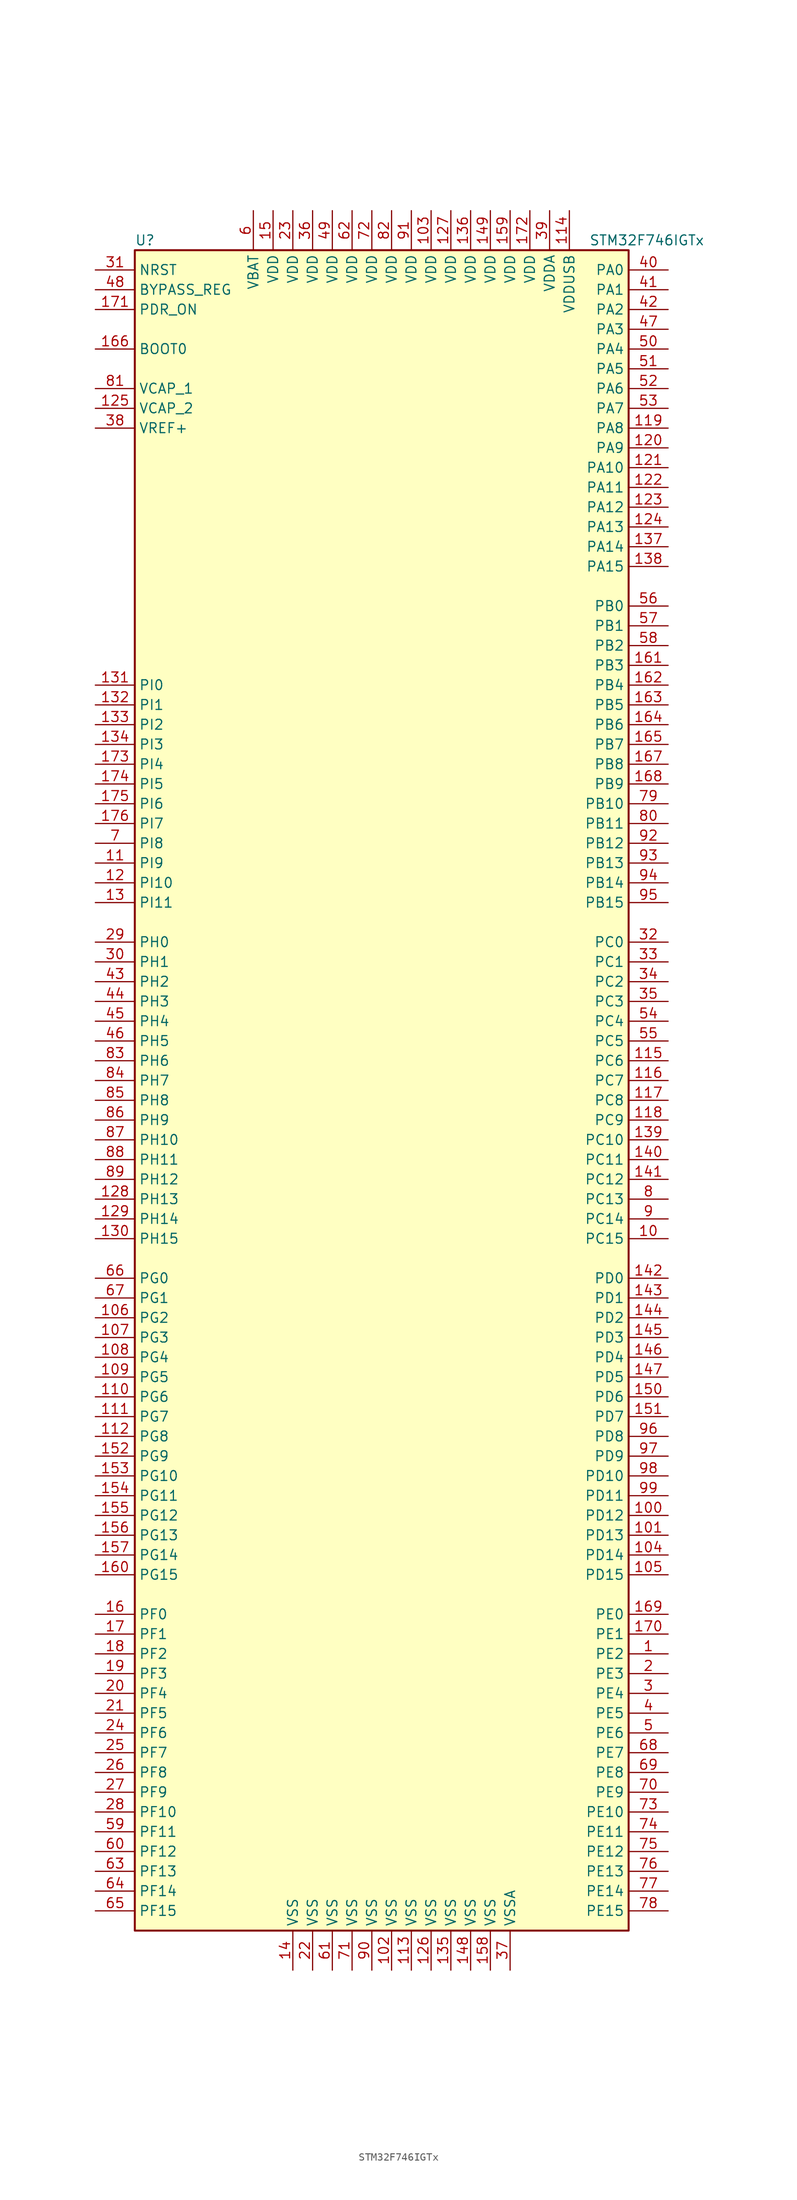
<source format=kicad_sym>
(kicad_symbol_lib
  (version 20220914)
  (generator kicad_symbol_editor)
  (symbol "STM32F746IGTx"
    (property "Reference" "U"
      (at -33.02 107.95 0)
      (effects (font (size 1.27 1.27)) (justify left)))
    (property "Value" "STM32F746IGTx"
      (at 25.4 107.95 0)
      (effects (font (size 1.27 1.27)) (justify left)))
    (symbol "STM32F746IGTx_0_1"
      (rectangle (start -33.02 -109.22) (end 30.48 106.68) (stroke (width 0.254) (type default)) (fill (type background))))
    (symbol "STM32F746IGTx_1_1"
      (pin bidirectional line (at 35.56 -73.66 180) (length 5.08) (name "PE2" (effects (font (size 1.27 1.27)))) (number "1" (effects (font (size 1.27 1.27)))))
      (pin bidirectional line (at 35.56 -20.32 180) (length 5.08) (name "PC15" (effects (font (size 1.27 1.27)))) (number "10" (effects (font (size 1.27 1.27)))))
      (pin bidirectional line (at 35.56 -55.88 180) (length 5.08) (name "PD12" (effects (font (size 1.27 1.27)))) (number "100" (effects (font (size 1.27 1.27)))))
      (pin bidirectional line (at 35.56 -58.42 180) (length 5.08) (name "PD13" (effects (font (size 1.27 1.27)))) (number "101" (effects (font (size 1.27 1.27)))))
      (pin power_in line (at 0 -114.3 90) (length 5.08) (name "VSS" (effects (font (size 1.27 1.27)))) (number "102" (effects (font (size 1.27 1.27)))))
      (pin power_in line (at 5.08 111.76 270) (length 5.08) (name "VDD" (effects (font (size 1.27 1.27)))) (number "103" (effects (font (size 1.27 1.27)))))
      (pin bidirectional line (at 35.56 -60.96 180) (length 5.08) (name "PD14" (effects (font (size 1.27 1.27)))) (number "104" (effects (font (size 1.27 1.27)))))
      (pin bidirectional line (at 35.56 -63.5 180) (length 5.08) (name "PD15" (effects (font (size 1.27 1.27)))) (number "105" (effects (font (size 1.27 1.27)))))
      (pin bidirectional line (at -38.1 -30.48 0) (length 5.08) (name "PG2" (effects (font (size 1.27 1.27)))) (number "106" (effects (font (size 1.27 1.27)))))
      (pin bidirectional line (at -38.1 -33.02 0) (length 5.08) (name "PG3" (effects (font (size 1.27 1.27)))) (number "107" (effects (font (size 1.27 1.27)))))
      (pin bidirectional line (at -38.1 -35.56 0) (length 5.08) (name "PG4" (effects (font (size 1.27 1.27)))) (number "108" (effects (font (size 1.27 1.27)))))
      (pin bidirectional line (at -38.1 -38.1 0) (length 5.08) (name "PG5" (effects (font (size 1.27 1.27)))) (number "109" (effects (font (size 1.27 1.27)))))
      (pin bidirectional line (at -38.1 27.94 0) (length 5.08) (name "PI9" (effects (font (size 1.27 1.27)))) (number "11" (effects (font (size 1.27 1.27)))))
      (pin bidirectional line (at -38.1 -40.64 0) (length 5.08) (name "PG6" (effects (font (size 1.27 1.27)))) (number "110" (effects (font (size 1.27 1.27)))))
      (pin bidirectional line (at -38.1 -43.18 0) (length 5.08) (name "PG7" (effects (font (size 1.27 1.27)))) (number "111" (effects (font (size 1.27 1.27)))))
      (pin bidirectional line (at -38.1 -45.72 0) (length 5.08) (name "PG8" (effects (font (size 1.27 1.27)))) (number "112" (effects (font (size 1.27 1.27)))))
      (pin power_in line (at 2.54 -114.3 90) (length 5.08) (name "VSS" (effects (font (size 1.27 1.27)))) (number "113" (effects (font (size 1.27 1.27)))))
      (pin power_in line (at 22.86 111.76 270) (length 5.08) (name "VDDUSB" (effects (font (size 1.27 1.27)))) (number "114" (effects (font (size 1.27 1.27)))))
      (pin bidirectional line (at 35.56 2.54 180) (length 5.08) (name "PC6" (effects (font (size 1.27 1.27)))) (number "115" (effects (font (size 1.27 1.27)))))
      (pin bidirectional line (at 35.56 0 180) (length 5.08) (name "PC7" (effects (font (size 1.27 1.27)))) (number "116" (effects (font (size 1.27 1.27)))))
      (pin bidirectional line (at 35.56 -2.54 180) (length 5.08) (name "PC8" (effects (font (size 1.27 1.27)))) (number "117" (effects (font (size 1.27 1.27)))))
      (pin bidirectional line (at 35.56 -5.08 180) (length 5.08) (name "PC9" (effects (font (size 1.27 1.27)))) (number "118" (effects (font (size 1.27 1.27)))))
      (pin bidirectional line (at 35.56 83.82 180) (length 5.08) (name "PA8" (effects (font (size 1.27 1.27)))) (number "119" (effects (font (size 1.27 1.27)))))
      (pin bidirectional line (at -38.1 25.4 0) (length 5.08) (name "PI10" (effects (font (size 1.27 1.27)))) (number "12" (effects (font (size 1.27 1.27)))))
      (pin bidirectional line (at 35.56 81.28 180) (length 5.08) (name "PA9" (effects (font (size 1.27 1.27)))) (number "120" (effects (font (size 1.27 1.27)))))
      (pin bidirectional line (at 35.56 78.74 180) (length 5.08) (name "PA10" (effects (font (size 1.27 1.27)))) (number "121" (effects (font (size 1.27 1.27)))))
      (pin bidirectional line (at 35.56 76.2 180) (length 5.08) (name "PA11" (effects (font (size 1.27 1.27)))) (number "122" (effects (font (size 1.27 1.27)))))
      (pin bidirectional line (at 35.56 73.66 180) (length 5.08) (name "PA12" (effects (font (size 1.27 1.27)))) (number "123" (effects (font (size 1.27 1.27)))))
      (pin bidirectional line (at 35.56 71.12 180) (length 5.08) (name "PA13" (effects (font (size 1.27 1.27)))) (number "124" (effects (font (size 1.27 1.27)))))
      (pin power_in line (at -38.1 86.36 0) (length 5.08) (name "VCAP_2" (effects (font (size 1.27 1.27)))) (number "125" (effects (font (size 1.27 1.27)))))
      (pin power_in line (at 5.08 -114.3 90) (length 5.08) (name "VSS" (effects (font (size 1.27 1.27)))) (number "126" (effects (font (size 1.27 1.27)))))
      (pin power_in line (at 7.62 111.76 270) (length 5.08) (name "VDD" (effects (font (size 1.27 1.27)))) (number "127" (effects (font (size 1.27 1.27)))))
      (pin bidirectional line (at -38.1 -15.24 0) (length 5.08) (name "PH13" (effects (font (size 1.27 1.27)))) (number "128" (effects (font (size 1.27 1.27)))))
      (pin bidirectional line (at -38.1 -17.78 0) (length 5.08) (name "PH14" (effects (font (size 1.27 1.27)))) (number "129" (effects (font (size 1.27 1.27)))))
      (pin bidirectional line (at -38.1 22.86 0) (length 5.08) (name "PI11" (effects (font (size 1.27 1.27)))) (number "13" (effects (font (size 1.27 1.27)))))
      (pin bidirectional line (at -38.1 -20.32 0) (length 5.08) (name "PH15" (effects (font (size 1.27 1.27)))) (number "130" (effects (font (size 1.27 1.27)))))
      (pin bidirectional line (at -38.1 50.8 0) (length 5.08) (name "PI0" (effects (font (size 1.27 1.27)))) (number "131" (effects (font (size 1.27 1.27)))))
      (pin bidirectional line (at -38.1 48.26 0) (length 5.08) (name "PI1" (effects (font (size 1.27 1.27)))) (number "132" (effects (font (size 1.27 1.27)))))
      (pin bidirectional line (at -38.1 45.72 0) (length 5.08) (name "PI2" (effects (font (size 1.27 1.27)))) (number "133" (effects (font (size 1.27 1.27)))))
      (pin bidirectional line (at -38.1 43.18 0) (length 5.08) (name "PI3" (effects (font (size 1.27 1.27)))) (number "134" (effects (font (size 1.27 1.27)))))
      (pin power_in line (at 7.62 -114.3 90) (length 5.08) (name "VSS" (effects (font (size 1.27 1.27)))) (number "135" (effects (font (size 1.27 1.27)))))
      (pin power_in line (at 10.16 111.76 270) (length 5.08) (name "VDD" (effects (font (size 1.27 1.27)))) (number "136" (effects (font (size 1.27 1.27)))))
      (pin bidirectional line (at 35.56 68.58 180) (length 5.08) (name "PA14" (effects (font (size 1.27 1.27)))) (number "137" (effects (font (size 1.27 1.27)))))
      (pin bidirectional line (at 35.56 66.04 180) (length 5.08) (name "PA15" (effects (font (size 1.27 1.27)))) (number "138" (effects (font (size 1.27 1.27)))))
      (pin bidirectional line (at 35.56 -7.62 180) (length 5.08) (name "PC10" (effects (font (size 1.27 1.27)))) (number "139" (effects (font (size 1.27 1.27)))))
      (pin power_in line (at -12.7 -114.3 90) (length 5.08) (name "VSS" (effects (font (size 1.27 1.27)))) (number "14" (effects (font (size 1.27 1.27)))))
      (pin bidirectional line (at 35.56 -10.16 180) (length 5.08) (name "PC11" (effects (font (size 1.27 1.27)))) (number "140" (effects (font (size 1.27 1.27)))))
      (pin bidirectional line (at 35.56 -12.7 180) (length 5.08) (name "PC12" (effects (font (size 1.27 1.27)))) (number "141" (effects (font (size 1.27 1.27)))))
      (pin bidirectional line (at 35.56 -25.4 180) (length 5.08) (name "PD0" (effects (font (size 1.27 1.27)))) (number "142" (effects (font (size 1.27 1.27)))))
      (pin bidirectional line (at 35.56 -27.94 180) (length 5.08) (name "PD1" (effects (font (size 1.27 1.27)))) (number "143" (effects (font (size 1.27 1.27)))))
      (pin bidirectional line (at 35.56 -30.48 180) (length 5.08) (name "PD2" (effects (font (size 1.27 1.27)))) (number "144" (effects (font (size 1.27 1.27)))))
      (pin bidirectional line (at 35.56 -33.02 180) (length 5.08) (name "PD3" (effects (font (size 1.27 1.27)))) (number "145" (effects (font (size 1.27 1.27)))))
      (pin bidirectional line (at 35.56 -35.56 180) (length 5.08) (name "PD4" (effects (font (size 1.27 1.27)))) (number "146" (effects (font (size 1.27 1.27)))))
      (pin bidirectional line (at 35.56 -38.1 180) (length 5.08) (name "PD5" (effects (font (size 1.27 1.27)))) (number "147" (effects (font (size 1.27 1.27)))))
      (pin power_in line (at 10.16 -114.3 90) (length 5.08) (name "VSS" (effects (font (size 1.27 1.27)))) (number "148" (effects (font (size 1.27 1.27)))))
      (pin power_in line (at 12.7 111.76 270) (length 5.08) (name "VDD" (effects (font (size 1.27 1.27)))) (number "149" (effects (font (size 1.27 1.27)))))
      (pin power_in line (at -15.24 111.76 270) (length 5.08) (name "VDD" (effects (font (size 1.27 1.27)))) (number "15" (effects (font (size 1.27 1.27)))))
      (pin bidirectional line (at 35.56 -40.64 180) (length 5.08) (name "PD6" (effects (font (size 1.27 1.27)))) (number "150" (effects (font (size 1.27 1.27)))))
      (pin bidirectional line (at 35.56 -43.18 180) (length 5.08) (name "PD7" (effects (font (size 1.27 1.27)))) (number "151" (effects (font (size 1.27 1.27)))))
      (pin bidirectional line (at -38.1 -48.26 0) (length 5.08) (name "PG9" (effects (font (size 1.27 1.27)))) (number "152" (effects (font (size 1.27 1.27)))))
      (pin bidirectional line (at -38.1 -50.8 0) (length 5.08) (name "PG10" (effects (font (size 1.27 1.27)))) (number "153" (effects (font (size 1.27 1.27)))))
      (pin bidirectional line (at -38.1 -53.34 0) (length 5.08) (name "PG11" (effects (font (size 1.27 1.27)))) (number "154" (effects (font (size 1.27 1.27)))))
      (pin bidirectional line (at -38.1 -55.88 0) (length 5.08) (name "PG12" (effects (font (size 1.27 1.27)))) (number "155" (effects (font (size 1.27 1.27)))))
      (pin bidirectional line (at -38.1 -58.42 0) (length 5.08) (name "PG13" (effects (font (size 1.27 1.27)))) (number "156" (effects (font (size 1.27 1.27)))))
      (pin bidirectional line (at -38.1 -60.96 0) (length 5.08) (name "PG14" (effects (font (size 1.27 1.27)))) (number "157" (effects (font (size 1.27 1.27)))))
      (pin power_in line (at 12.7 -114.3 90) (length 5.08) (name "VSS" (effects (font (size 1.27 1.27)))) (number "158" (effects (font (size 1.27 1.27)))))
      (pin power_in line (at 15.24 111.76 270) (length 5.08) (name "VDD" (effects (font (size 1.27 1.27)))) (number "159" (effects (font (size 1.27 1.27)))))
      (pin bidirectional line (at -38.1 -68.58 0) (length 5.08) (name "PF0" (effects (font (size 1.27 1.27)))) (number "16" (effects (font (size 1.27 1.27)))))
      (pin bidirectional line (at -38.1 -63.5 0) (length 5.08) (name "PG15" (effects (font (size 1.27 1.27)))) (number "160" (effects (font (size 1.27 1.27)))))
      (pin bidirectional line (at 35.56 53.34 180) (length 5.08) (name "PB3" (effects (font (size 1.27 1.27)))) (number "161" (effects (font (size 1.27 1.27)))))
      (pin bidirectional line (at 35.56 50.8 180) (length 5.08) (name "PB4" (effects (font (size 1.27 1.27)))) (number "162" (effects (font (size 1.27 1.27)))))
      (pin bidirectional line (at 35.56 48.26 180) (length 5.08) (name "PB5" (effects (font (size 1.27 1.27)))) (number "163" (effects (font (size 1.27 1.27)))))
      (pin bidirectional line (at 35.56 45.72 180) (length 5.08) (name "PB6" (effects (font (size 1.27 1.27)))) (number "164" (effects (font (size 1.27 1.27)))))
      (pin bidirectional line (at 35.56 43.18 180) (length 5.08) (name "PB7" (effects (font (size 1.27 1.27)))) (number "165" (effects (font (size 1.27 1.27)))))
      (pin input line (at -38.1 93.98 0) (length 5.08) (name "BOOT0" (effects (font (size 1.27 1.27)))) (number "166" (effects (font (size 1.27 1.27)))))
      (pin bidirectional line (at 35.56 40.64 180) (length 5.08) (name "PB8" (effects (font (size 1.27 1.27)))) (number "167" (effects (font (size 1.27 1.27)))))
      (pin bidirectional line (at 35.56 38.1 180) (length 5.08) (name "PB9" (effects (font (size 1.27 1.27)))) (number "168" (effects (font (size 1.27 1.27)))))
      (pin bidirectional line (at 35.56 -68.58 180) (length 5.08) (name "PE0" (effects (font (size 1.27 1.27)))) (number "169" (effects (font (size 1.27 1.27)))))
      (pin bidirectional line (at -38.1 -71.12 0) (length 5.08) (name "PF1" (effects (font (size 1.27 1.27)))) (number "17" (effects (font (size 1.27 1.27)))))
      (pin bidirectional line (at 35.56 -71.12 180) (length 5.08) (name "PE1" (effects (font (size 1.27 1.27)))) (number "170" (effects (font (size 1.27 1.27)))))
      (pin input line (at -38.1 99.06 0) (length 5.08) (name "PDR_ON" (effects (font (size 1.27 1.27)))) (number "171" (effects (font (size 1.27 1.27)))))
      (pin power_in line (at 17.78 111.76 270) (length 5.08) (name "VDD" (effects (font (size 1.27 1.27)))) (number "172" (effects (font (size 1.27 1.27)))))
      (pin bidirectional line (at -38.1 40.64 0) (length 5.08) (name "PI4" (effects (font (size 1.27 1.27)))) (number "173" (effects (font (size 1.27 1.27)))))
      (pin bidirectional line (at -38.1 38.1 0) (length 5.08) (name "PI5" (effects (font (size 1.27 1.27)))) (number "174" (effects (font (size 1.27 1.27)))))
      (pin bidirectional line (at -38.1 35.56 0) (length 5.08) (name "PI6" (effects (font (size 1.27 1.27)))) (number "175" (effects (font (size 1.27 1.27)))))
      (pin bidirectional line (at -38.1 33.02 0) (length 5.08) (name "PI7" (effects (font (size 1.27 1.27)))) (number "176" (effects (font (size 1.27 1.27)))))
      (pin bidirectional line (at -38.1 -73.66 0) (length 5.08) (name "PF2" (effects (font (size 1.27 1.27)))) (number "18" (effects (font (size 1.27 1.27)))))
      (pin bidirectional line (at -38.1 -76.2 0) (length 5.08) (name "PF3" (effects (font (size 1.27 1.27)))) (number "19" (effects (font (size 1.27 1.27)))))
      (pin bidirectional line (at 35.56 -76.2 180) (length 5.08) (name "PE3" (effects (font (size 1.27 1.27)))) (number "2" (effects (font (size 1.27 1.27)))))
      (pin bidirectional line (at -38.1 -78.74 0) (length 5.08) (name "PF4" (effects (font (size 1.27 1.27)))) (number "20" (effects (font (size 1.27 1.27)))))
      (pin bidirectional line (at -38.1 -81.28 0) (length 5.08) (name "PF5" (effects (font (size 1.27 1.27)))) (number "21" (effects (font (size 1.27 1.27)))))
      (pin power_in line (at -10.16 -114.3 90) (length 5.08) (name "VSS" (effects (font (size 1.27 1.27)))) (number "22" (effects (font (size 1.27 1.27)))))
      (pin power_in line (at -12.7 111.76 270) (length 5.08) (name "VDD" (effects (font (size 1.27 1.27)))) (number "23" (effects (font (size 1.27 1.27)))))
      (pin bidirectional line (at -38.1 -83.82 0) (length 5.08) (name "PF6" (effects (font (size 1.27 1.27)))) (number "24" (effects (font (size 1.27 1.27)))))
      (pin bidirectional line (at -38.1 -86.36 0) (length 5.08) (name "PF7" (effects (font (size 1.27 1.27)))) (number "25" (effects (font (size 1.27 1.27)))))
      (pin bidirectional line (at -38.1 -88.9 0) (length 5.08) (name "PF8" (effects (font (size 1.27 1.27)))) (number "26" (effects (font (size 1.27 1.27)))))
      (pin bidirectional line (at -38.1 -91.44 0) (length 5.08) (name "PF9" (effects (font (size 1.27 1.27)))) (number "27" (effects (font (size 1.27 1.27)))))
      (pin bidirectional line (at -38.1 -93.98 0) (length 5.08) (name "PF10" (effects (font (size 1.27 1.27)))) (number "28" (effects (font (size 1.27 1.27)))))
      (pin input line (at -38.1 17.78 0) (length 5.08) (name "PH0" (effects (font (size 1.27 1.27)))) (number "29" (effects (font (size 1.27 1.27)))))
      (pin bidirectional line (at 35.56 -78.74 180) (length 5.08) (name "PE4" (effects (font (size 1.27 1.27)))) (number "3" (effects (font (size 1.27 1.27)))))
      (pin input line (at -38.1 15.24 0) (length 5.08) (name "PH1" (effects (font (size 1.27 1.27)))) (number "30" (effects (font (size 1.27 1.27)))))
      (pin input line (at -38.1 104.14 0) (length 5.08) (name "NRST" (effects (font (size 1.27 1.27)))) (number "31" (effects (font (size 1.27 1.27)))))
      (pin bidirectional line (at 35.56 17.78 180) (length 5.08) (name "PC0" (effects (font (size 1.27 1.27)))) (number "32" (effects (font (size 1.27 1.27)))))
      (pin bidirectional line (at 35.56 15.24 180) (length 5.08) (name "PC1" (effects (font (size 1.27 1.27)))) (number "33" (effects (font (size 1.27 1.27)))))
      (pin bidirectional line (at 35.56 12.7 180) (length 5.08) (name "PC2" (effects (font (size 1.27 1.27)))) (number "34" (effects (font (size 1.27 1.27)))))
      (pin bidirectional line (at 35.56 10.16 180) (length 5.08) (name "PC3" (effects (font (size 1.27 1.27)))) (number "35" (effects (font (size 1.27 1.27)))))
      (pin power_in line (at -10.16 111.76 270) (length 5.08) (name "VDD" (effects (font (size 1.27 1.27)))) (number "36" (effects (font (size 1.27 1.27)))))
      (pin power_in line (at 15.24 -114.3 90) (length 5.08) (name "VSSA" (effects (font (size 1.27 1.27)))) (number "37" (effects (font (size 1.27 1.27)))))
      (pin power_in line (at -38.1 83.82 0) (length 5.08) (name "VREF+" (effects (font (size 1.27 1.27)))) (number "38" (effects (font (size 1.27 1.27)))))
      (pin power_in line (at 20.32 111.76 270) (length 5.08) (name "VDDA" (effects (font (size 1.27 1.27)))) (number "39" (effects (font (size 1.27 1.27)))))
      (pin bidirectional line (at 35.56 -81.28 180) (length 5.08) (name "PE5" (effects (font (size 1.27 1.27)))) (number "4" (effects (font (size 1.27 1.27)))))
      (pin bidirectional line (at 35.56 104.14 180) (length 5.08) (name "PA0" (effects (font (size 1.27 1.27)))) (number "40" (effects (font (size 1.27 1.27)))))
      (pin bidirectional line (at 35.56 101.6 180) (length 5.08) (name "PA1" (effects (font (size 1.27 1.27)))) (number "41" (effects (font (size 1.27 1.27)))))
      (pin bidirectional line (at 35.56 99.06 180) (length 5.08) (name "PA2" (effects (font (size 1.27 1.27)))) (number "42" (effects (font (size 1.27 1.27)))))
      (pin bidirectional line (at -38.1 12.7 0) (length 5.08) (name "PH2" (effects (font (size 1.27 1.27)))) (number "43" (effects (font (size 1.27 1.27)))))
      (pin bidirectional line (at -38.1 10.16 0) (length 5.08) (name "PH3" (effects (font (size 1.27 1.27)))) (number "44" (effects (font (size 1.27 1.27)))))
      (pin bidirectional line (at -38.1 7.62 0) (length 5.08) (name "PH4" (effects (font (size 1.27 1.27)))) (number "45" (effects (font (size 1.27 1.27)))))
      (pin bidirectional line (at -38.1 5.08 0) (length 5.08) (name "PH5" (effects (font (size 1.27 1.27)))) (number "46" (effects (font (size 1.27 1.27)))))
      (pin bidirectional line (at 35.56 96.52 180) (length 5.08) (name "PA3" (effects (font (size 1.27 1.27)))) (number "47" (effects (font (size 1.27 1.27)))))
      (pin input line (at -38.1 101.6 0) (length 5.08) (name "BYPASS_REG" (effects (font (size 1.27 1.27)))) (number "48" (effects (font (size 1.27 1.27)))))
      (pin power_in line (at -7.62 111.76 270) (length 5.08) (name "VDD" (effects (font (size 1.27 1.27)))) (number "49" (effects (font (size 1.27 1.27)))))
      (pin bidirectional line (at 35.56 -83.82 180) (length 5.08) (name "PE6" (effects (font (size 1.27 1.27)))) (number "5" (effects (font (size 1.27 1.27)))))
      (pin bidirectional line (at 35.56 93.98 180) (length 5.08) (name "PA4" (effects (font (size 1.27 1.27)))) (number "50" (effects (font (size 1.27 1.27)))))
      (pin bidirectional line (at 35.56 91.44 180) (length 5.08) (name "PA5" (effects (font (size 1.27 1.27)))) (number "51" (effects (font (size 1.27 1.27)))))
      (pin bidirectional line (at 35.56 88.9 180) (length 5.08) (name "PA6" (effects (font (size 1.27 1.27)))) (number "52" (effects (font (size 1.27 1.27)))))
      (pin bidirectional line (at 35.56 86.36 180) (length 5.08) (name "PA7" (effects (font (size 1.27 1.27)))) (number "53" (effects (font (size 1.27 1.27)))))
      (pin bidirectional line (at 35.56 7.62 180) (length 5.08) (name "PC4" (effects (font (size 1.27 1.27)))) (number "54" (effects (font (size 1.27 1.27)))))
      (pin bidirectional line (at 35.56 5.08 180) (length 5.08) (name "PC5" (effects (font (size 1.27 1.27)))) (number "55" (effects (font (size 1.27 1.27)))))
      (pin bidirectional line (at 35.56 60.96 180) (length 5.08) (name "PB0" (effects (font (size 1.27 1.27)))) (number "56" (effects (font (size 1.27 1.27)))))
      (pin bidirectional line (at 35.56 58.42 180) (length 5.08) (name "PB1" (effects (font (size 1.27 1.27)))) (number "57" (effects (font (size 1.27 1.27)))))
      (pin bidirectional line (at 35.56 55.88 180) (length 5.08) (name "PB2" (effects (font (size 1.27 1.27)))) (number "58" (effects (font (size 1.27 1.27)))))
      (pin bidirectional line (at -38.1 -96.52 0) (length 5.08) (name "PF11" (effects (font (size 1.27 1.27)))) (number "59" (effects (font (size 1.27 1.27)))))
      (pin power_in line (at -17.78 111.76 270) (length 5.08) (name "VBAT" (effects (font (size 1.27 1.27)))) (number "6" (effects (font (size 1.27 1.27)))))
      (pin bidirectional line (at -38.1 -99.06 0) (length 5.08) (name "PF12" (effects (font (size 1.27 1.27)))) (number "60" (effects (font (size 1.27 1.27)))))
      (pin power_in line (at -7.62 -114.3 90) (length 5.08) (name "VSS" (effects (font (size 1.27 1.27)))) (number "61" (effects (font (size 1.27 1.27)))))
      (pin power_in line (at -5.08 111.76 270) (length 5.08) (name "VDD" (effects (font (size 1.27 1.27)))) (number "62" (effects (font (size 1.27 1.27)))))
      (pin bidirectional line (at -38.1 -101.6 0) (length 5.08) (name "PF13" (effects (font (size 1.27 1.27)))) (number "63" (effects (font (size 1.27 1.27)))))
      (pin bidirectional line (at -38.1 -104.14 0) (length 5.08) (name "PF14" (effects (font (size 1.27 1.27)))) (number "64" (effects (font (size 1.27 1.27)))))
      (pin bidirectional line (at -38.1 -106.68 0) (length 5.08) (name "PF15" (effects (font (size 1.27 1.27)))) (number "65" (effects (font (size 1.27 1.27)))))
      (pin bidirectional line (at -38.1 -25.4 0) (length 5.08) (name "PG0" (effects (font (size 1.27 1.27)))) (number "66" (effects (font (size 1.27 1.27)))))
      (pin bidirectional line (at -38.1 -27.94 0) (length 5.08) (name "PG1" (effects (font (size 1.27 1.27)))) (number "67" (effects (font (size 1.27 1.27)))))
      (pin bidirectional line (at 35.56 -86.36 180) (length 5.08) (name "PE7" (effects (font (size 1.27 1.27)))) (number "68" (effects (font (size 1.27 1.27)))))
      (pin bidirectional line (at 35.56 -88.9 180) (length 5.08) (name "PE8" (effects (font (size 1.27 1.27)))) (number "69" (effects (font (size 1.27 1.27)))))
      (pin bidirectional line (at -38.1 30.48 0) (length 5.08) (name "PI8" (effects (font (size 1.27 1.27)))) (number "7" (effects (font (size 1.27 1.27)))))
      (pin bidirectional line (at 35.56 -91.44 180) (length 5.08) (name "PE9" (effects (font (size 1.27 1.27)))) (number "70" (effects (font (size 1.27 1.27)))))
      (pin power_in line (at -5.08 -114.3 90) (length 5.08) (name "VSS" (effects (font (size 1.27 1.27)))) (number "71" (effects (font (size 1.27 1.27)))))
      (pin power_in line (at -2.54 111.76 270) (length 5.08) (name "VDD" (effects (font (size 1.27 1.27)))) (number "72" (effects (font (size 1.27 1.27)))))
      (pin bidirectional line (at 35.56 -93.98 180) (length 5.08) (name "PE10" (effects (font (size 1.27 1.27)))) (number "73" (effects (font (size 1.27 1.27)))))
      (pin bidirectional line (at 35.56 -96.52 180) (length 5.08) (name "PE11" (effects (font (size 1.27 1.27)))) (number "74" (effects (font (size 1.27 1.27)))))
      (pin bidirectional line (at 35.56 -99.06 180) (length 5.08) (name "PE12" (effects (font (size 1.27 1.27)))) (number "75" (effects (font (size 1.27 1.27)))))
      (pin bidirectional line (at 35.56 -101.6 180) (length 5.08) (name "PE13" (effects (font (size 1.27 1.27)))) (number "76" (effects (font (size 1.27 1.27)))))
      (pin bidirectional line (at 35.56 -104.14 180) (length 5.08) (name "PE14" (effects (font (size 1.27 1.27)))) (number "77" (effects (font (size 1.27 1.27)))))
      (pin bidirectional line (at 35.56 -106.68 180) (length 5.08) (name "PE15" (effects (font (size 1.27 1.27)))) (number "78" (effects (font (size 1.27 1.27)))))
      (pin bidirectional line (at 35.56 35.56 180) (length 5.08) (name "PB10" (effects (font (size 1.27 1.27)))) (number "79" (effects (font (size 1.27 1.27)))))
      (pin bidirectional line (at 35.56 -15.24 180) (length 5.08) (name "PC13" (effects (font (size 1.27 1.27)))) (number "8" (effects (font (size 1.27 1.27)))))
      (pin bidirectional line (at 35.56 33.02 180) (length 5.08) (name "PB11" (effects (font (size 1.27 1.27)))) (number "80" (effects (font (size 1.27 1.27)))))
      (pin power_in line (at -38.1 88.9 0) (length 5.08) (name "VCAP_1" (effects (font (size 1.27 1.27)))) (number "81" (effects (font (size 1.27 1.27)))))
      (pin power_in line (at 0 111.76 270) (length 5.08) (name "VDD" (effects (font (size 1.27 1.27)))) (number "82" (effects (font (size 1.27 1.27)))))
      (pin bidirectional line (at -38.1 2.54 0) (length 5.08) (name "PH6" (effects (font (size 1.27 1.27)))) (number "83" (effects (font (size 1.27 1.27)))))
      (pin bidirectional line (at -38.1 0 0) (length 5.08) (name "PH7" (effects (font (size 1.27 1.27)))) (number "84" (effects (font (size 1.27 1.27)))))
      (pin bidirectional line (at -38.1 -2.54 0) (length 5.08) (name "PH8" (effects (font (size 1.27 1.27)))) (number "85" (effects (font (size 1.27 1.27)))))
      (pin bidirectional line (at -38.1 -5.08 0) (length 5.08) (name "PH9" (effects (font (size 1.27 1.27)))) (number "86" (effects (font (size 1.27 1.27)))))
      (pin bidirectional line (at -38.1 -7.62 0) (length 5.08) (name "PH10" (effects (font (size 1.27 1.27)))) (number "87" (effects (font (size 1.27 1.27)))))
      (pin bidirectional line (at -38.1 -10.16 0) (length 5.08) (name "PH11" (effects (font (size 1.27 1.27)))) (number "88" (effects (font (size 1.27 1.27)))))
      (pin bidirectional line (at -38.1 -12.7 0) (length 5.08) (name "PH12" (effects (font (size 1.27 1.27)))) (number "89" (effects (font (size 1.27 1.27)))))
      (pin bidirectional line (at 35.56 -17.78 180) (length 5.08) (name "PC14" (effects (font (size 1.27 1.27)))) (number "9" (effects (font (size 1.27 1.27)))))
      (pin power_in line (at -2.54 -114.3 90) (length 5.08) (name "VSS" (effects (font (size 1.27 1.27)))) (number "90" (effects (font (size 1.27 1.27)))))
      (pin power_in line (at 2.54 111.76 270) (length 5.08) (name "VDD" (effects (font (size 1.27 1.27)))) (number "91" (effects (font (size 1.27 1.27)))))
      (pin bidirectional line (at 35.56 30.48 180) (length 5.08) (name "PB12" (effects (font (size 1.27 1.27)))) (number "92" (effects (font (size 1.27 1.27)))))
      (pin bidirectional line (at 35.56 27.94 180) (length 5.08) (name "PB13" (effects (font (size 1.27 1.27)))) (number "93" (effects (font (size 1.27 1.27)))))
      (pin bidirectional line (at 35.56 25.4 180) (length 5.08) (name "PB14" (effects (font (size 1.27 1.27)))) (number "94" (effects (font (size 1.27 1.27)))))
      (pin bidirectional line (at 35.56 22.86 180) (length 5.08) (name "PB15" (effects (font (size 1.27 1.27)))) (number "95" (effects (font (size 1.27 1.27)))))
      (pin bidirectional line (at 35.56 -45.72 180) (length 5.08) (name "PD8" (effects (font (size 1.27 1.27)))) (number "96" (effects (font (size 1.27 1.27)))))
      (pin bidirectional line (at 35.56 -48.26 180) (length 5.08) (name "PD9" (effects (font (size 1.27 1.27)))) (number "97" (effects (font (size 1.27 1.27)))))
      (pin bidirectional line (at 35.56 -50.8 180) (length 5.08) (name "PD10" (effects (font (size 1.27 1.27)))) (number "98" (effects (font (size 1.27 1.27)))))
      (pin bidirectional line (at 35.56 -53.34 180) (length 5.08) (name "PD11" (effects (font (size 1.27 1.27)))) (number "99" (effects (font (size 1.27 1.27))))))))
</source>
